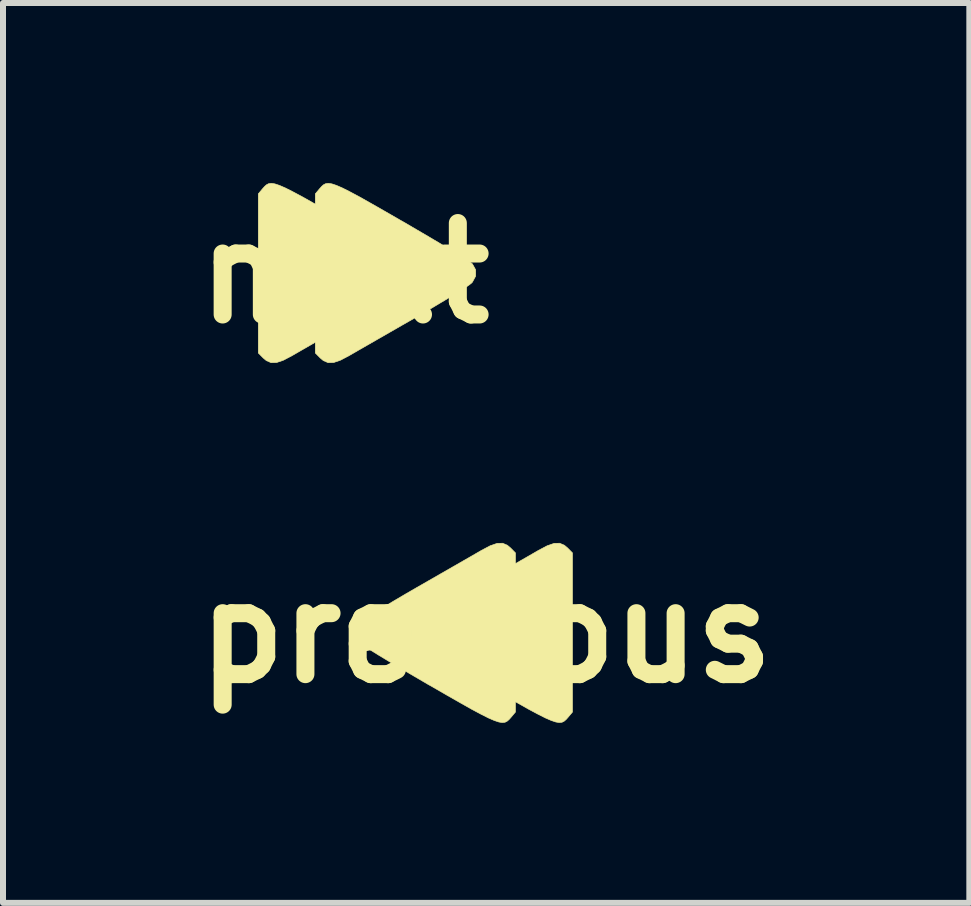
<source format=kicad_pcb>
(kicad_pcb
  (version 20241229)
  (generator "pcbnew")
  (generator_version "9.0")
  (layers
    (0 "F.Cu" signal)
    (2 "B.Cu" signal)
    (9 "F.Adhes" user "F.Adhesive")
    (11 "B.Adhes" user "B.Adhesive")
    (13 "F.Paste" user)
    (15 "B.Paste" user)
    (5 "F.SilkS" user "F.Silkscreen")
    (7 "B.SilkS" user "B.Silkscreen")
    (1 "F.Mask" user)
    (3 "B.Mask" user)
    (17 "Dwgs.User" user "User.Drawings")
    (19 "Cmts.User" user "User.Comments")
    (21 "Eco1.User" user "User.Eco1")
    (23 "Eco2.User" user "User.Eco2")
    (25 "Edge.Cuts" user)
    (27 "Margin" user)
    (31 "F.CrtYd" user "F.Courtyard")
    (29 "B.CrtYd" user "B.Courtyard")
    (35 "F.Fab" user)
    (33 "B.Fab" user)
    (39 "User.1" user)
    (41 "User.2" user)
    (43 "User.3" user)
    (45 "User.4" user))
  (footprint "next"
    (layer "F.Cu")
    (at 2.692 1.501)
    (property "Reference" "next" (at 0 0 0) (layer "F.SilkS") (effects (font (size 1.524 1.524) (thickness 0.3))))
    (attr through_hole)
    (fp_poly (pts (xy 1.234 0.049) (xy 1.18 0.15) (xy 1.165 0.166) (xy 1.123 0.199) (xy 1.038 0.256) (xy 0.916 0.333) (xy 0.763 0.426) (xy 0.586 0.532) (xy 0.391 0.647) (xy 0.213 0.75) (xy 0 0.872) (xy -0.207 0.991) (xy -0.399 1.101) (xy -0.571 1.2) (xy -0.714 1.282) (xy -0.821 1.344) (xy -0.873 1.374) (xy -1.019 1.451) (xy -1.133 1.49) (xy -1.225 1.492) (xy -1.304 1.458) (xy -1.356 1.414) (xy -1.438 1.331) (xy -1.438 -1.321) (xy -1.365 -1.408) (xy -1.332 -1.445) (xy -1.3 -1.473) (xy -1.264 -1.491) (xy -1.219 -1.496) (xy -1.161 -1.487) (xy -1.086 -1.462) (xy -0.989 -1.42) (xy -0.866 -1.358) (xy -0.712 -1.276) (xy -0.524 -1.17) (xy -0.296 -1.04) (xy -0.024 -0.883) (xy 0.016 -0.861) (xy 0.245 -0.727) (xy 0.462 -0.6) (xy 0.659 -0.483) (xy 0.833 -0.378) (xy 0.977 -0.289) (xy 1.087 -0.219) (xy 1.157 -0.172) (xy 1.18 -0.153) (xy 1.234 -0.055) (xy 1.234 0.049)) (stroke (width 0.01) (type solid)) (fill yes) (layer "F.SilkS"))
    (fp_poly (pts (xy 2.184 0.049) (xy 2.13 0.15) (xy 2.115 0.166) (xy 2.073 0.199) (xy 1.988 0.256) (xy 1.866 0.333) (xy 1.713 0.426) (xy 1.536 0.532) (xy 1.341 0.647) (xy 1.163 0.75) (xy 0.95 0.872) (xy 0.743 0.991) (xy 0.551 1.101) (xy 0.379 1.2) (xy 0.236 1.282) (xy 0.129 1.344) (xy 0.077 1.374) (xy -0.069 1.451) (xy -0.183 1.49) (xy -0.275 1.492) (xy -0.354 1.458) (xy -0.406 1.414) (xy -0.488 1.331) (xy -0.488 -1.321) (xy -0.415 -1.408) (xy -0.382 -1.445) (xy -0.35 -1.473) (xy -0.314 -1.491) (xy -0.269 -1.496) (xy -0.211 -1.487) (xy -0.136 -1.462) (xy -0.039 -1.42) (xy 0.084 -1.358) (xy 0.238 -1.276) (xy 0.426 -1.17) (xy 0.654 -1.04) (xy 0.926 -0.883) (xy 0.966 -0.861) (xy 1.195 -0.727) (xy 1.412 -0.6) (xy 1.609 -0.483) (xy 1.783 -0.378) (xy 1.927 -0.289) (xy 2.037 -0.219) (xy 2.107 -0.172) (xy 2.13 -0.153) (xy 2.184 -0.055) (xy 2.184 0.049)) (stroke (width 0.01) (type solid)) (fill yes) (layer "F.SilkS")))
  (footprint "previous"
    (layer "F.Cu")
    (at 5.051 7.494)
    (property "Reference" "previous" (at 0 0 0) (layer "F.SilkS") (effects (font (size 1.524 1.524) (thickness 0.3))))
    (attr through_hole)
    (fp_poly (pts (xy -2.184 -0.049) (xy -2.13 -0.15) (xy -2.115 -0.166) (xy -2.073 -0.199) (xy -1.988 -0.256) (xy -1.866 -0.333) (xy -1.713 -0.426) (xy -1.536 -0.532) (xy -1.341 -0.647) (xy -1.163 -0.75) (xy -0.95 -0.872) (xy -0.743 -0.991) (xy -0.551 -1.101) (xy -0.379 -1.2) (xy -0.236 -1.282) (xy -0.129 -1.344) (xy -0.077 -1.374) (xy 0.069 -1.451) (xy 0.183 -1.49) (xy 0.275 -1.492) (xy 0.354 -1.458) (xy 0.406 -1.414) (xy 0.488 -1.331) (xy 0.488 1.321) (xy 0.415 1.408) (xy 0.382 1.445) (xy 0.35 1.473) (xy 0.314 1.491) (xy 0.269 1.496) (xy 0.211 1.487) (xy 0.136 1.462) (xy 0.039 1.42) (xy -0.084 1.358) (xy -0.238 1.276) (xy -0.426 1.17) (xy -0.654 1.04) (xy -0.926 0.883) (xy -0.966 0.861) (xy -1.195 0.727) (xy -1.412 0.6) (xy -1.609 0.483) (xy -1.783 0.378) (xy -1.927 0.289) (xy -2.037 0.219) (xy -2.107 0.172) (xy -2.13 0.153) (xy -2.184 0.055) (xy -2.184 -0.049)) (stroke (width 0.01) (type solid)) (fill yes) (layer "F.SilkS"))
    (fp_poly (pts (xy -1.234 -0.049) (xy -1.18 -0.15) (xy -1.165 -0.166) (xy -1.123 -0.199) (xy -1.038 -0.256) (xy -0.916 -0.333) (xy -0.763 -0.426) (xy -0.586 -0.532) (xy -0.391 -0.647) (xy -0.213 -0.75) (xy 0 -0.872) (xy 0.207 -0.991) (xy 0.399 -1.101) (xy 0.571 -1.2) (xy 0.714 -1.282) (xy 0.821 -1.344) (xy 0.873 -1.374) (xy 1.019 -1.451) (xy 1.133 -1.49) (xy 1.225 -1.492) (xy 1.304 -1.458) (xy 1.356 -1.414) (xy 1.438 -1.331) (xy 1.438 1.321) (xy 1.365 1.408) (xy 1.332 1.445) (xy 1.3 1.473) (xy 1.264 1.491) (xy 1.219 1.496) (xy 1.161 1.487) (xy 1.086 1.462) (xy 0.989 1.42) (xy 0.866 1.358) (xy 0.712 1.276) (xy 0.524 1.17) (xy 0.296 1.04) (xy 0.024 0.883) (xy -0.016 0.861) (xy -0.245 0.727) (xy -0.462 0.6) (xy -0.659 0.483) (xy -0.833 0.378) (xy -0.977 0.289) (xy -1.087 0.219) (xy -1.157 0.172) (xy -1.18 0.153) (xy -1.234 0.055) (xy -1.234 -0.049)) (stroke (width 0.01) (type solid)) (fill yes) (layer "F.SilkS")))
  (gr_rect
    (start -3 -3)
    (end 13.102 11.995)
    (stroke (width 0.1) (type default))
    (fill no)
    (layer "Edge.Cuts")))
</source>
